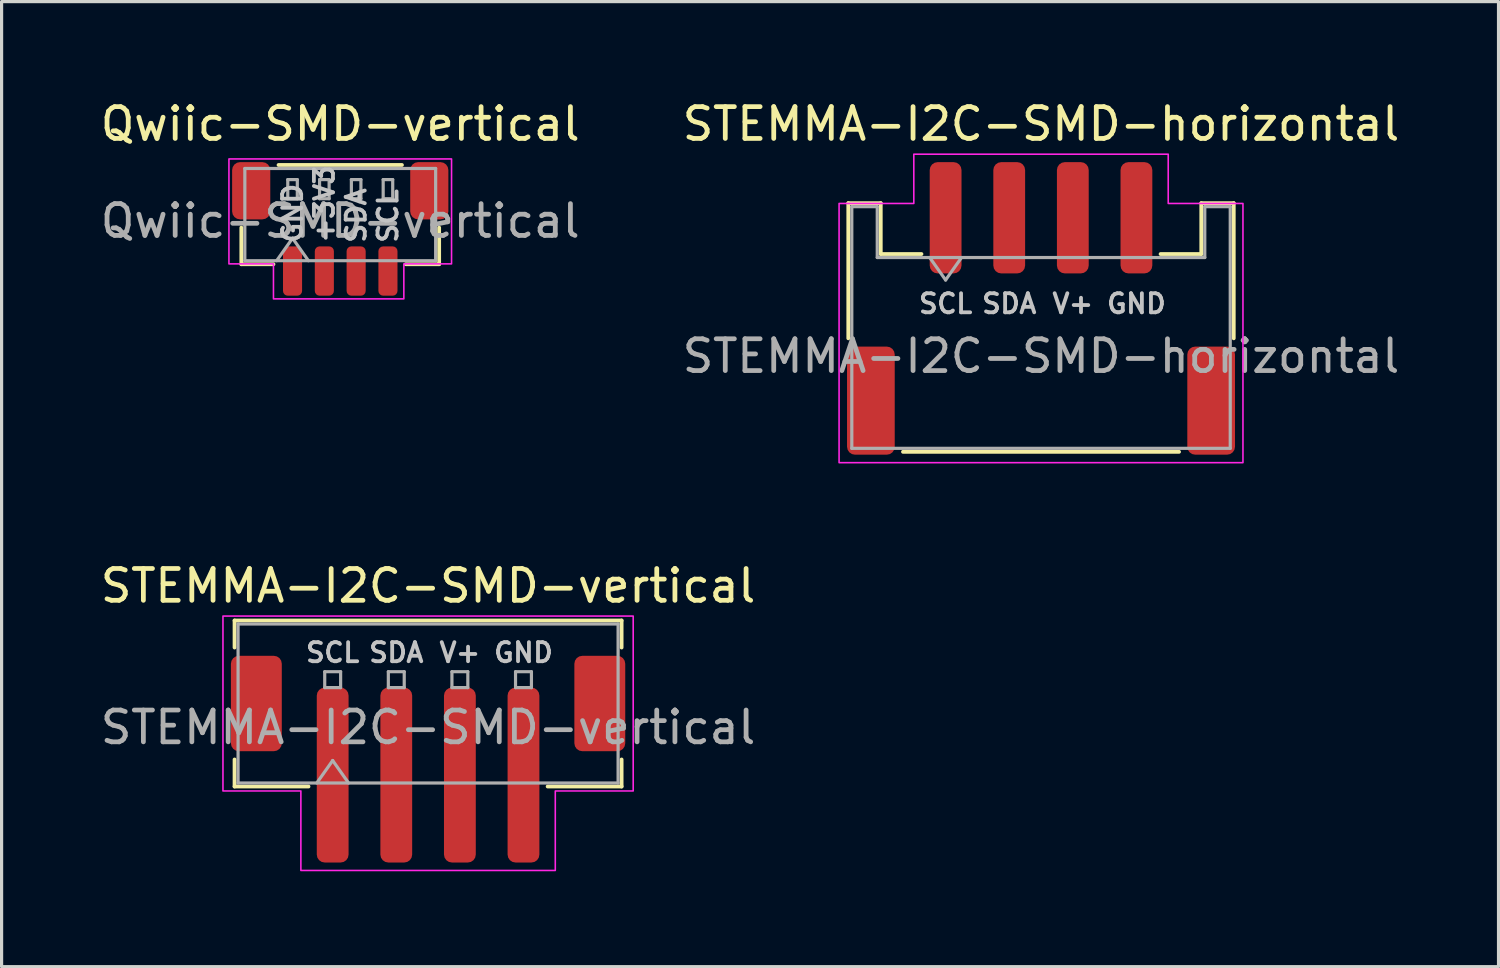
<source format=kicad_pcb>
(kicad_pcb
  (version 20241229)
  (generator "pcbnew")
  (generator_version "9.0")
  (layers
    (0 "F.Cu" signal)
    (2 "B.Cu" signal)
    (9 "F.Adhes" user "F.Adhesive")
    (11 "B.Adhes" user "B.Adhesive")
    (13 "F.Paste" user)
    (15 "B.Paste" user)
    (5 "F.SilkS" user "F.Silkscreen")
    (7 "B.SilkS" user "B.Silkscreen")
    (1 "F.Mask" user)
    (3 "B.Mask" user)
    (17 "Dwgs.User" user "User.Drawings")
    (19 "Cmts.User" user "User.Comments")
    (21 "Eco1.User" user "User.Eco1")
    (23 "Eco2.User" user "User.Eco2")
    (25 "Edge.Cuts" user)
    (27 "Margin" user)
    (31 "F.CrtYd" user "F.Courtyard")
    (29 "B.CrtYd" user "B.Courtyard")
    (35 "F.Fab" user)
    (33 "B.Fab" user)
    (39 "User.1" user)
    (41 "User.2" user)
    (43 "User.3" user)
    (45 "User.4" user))
  (footprint "Qwiic-SMD-vertical"
    (layer "F.Cu")
    (at 7.649 4.148)
    (property "Reference" "Qwiic-SMD-vertical" (at 0 -3.3 0) (layer "F.SilkS") (effects (font (size 1 1) (thickness 0.15))))
    (attr smd)
    (fp_line (start -3.11 -0.04) (end -3.11 1.11) (stroke (width 0.12) (type solid)) (layer "F.SilkS"))
    (fp_line (start -3.11 1.11) (end -2.1 1.11) (stroke (width 0.12) (type solid)) (layer "F.SilkS"))
    (fp_line (start -1.94 -2.01) (end 1.94 -2.01) (stroke (width 0.12) (type solid)) (layer "F.SilkS"))
    (fp_line (start 3.11 -0.04) (end 3.11 1.11) (stroke (width 0.12) (type solid)) (layer "F.SilkS"))
    (fp_line (start 3.11 1.11) (end 2.06 1.11) (stroke (width 0.12) (type solid)) (layer "F.SilkS"))
    (fp_poly (pts (xy -3.5 -2.2) (xy 3.5 -2.2) (xy 3.5 1.1) (xy 2 1.1) (xy 2 2.2) (xy -2.1 2.2) (xy -2.1 1.1) (xy -3.5 1.1)) (stroke (width 0.05) (type solid)) (fill no) (layer "F.CrtYd"))
    (fp_line (start -3 -1.9) (end 3 -1.9) (stroke (width 0.1) (type solid)) (layer "F.Fab"))
    (fp_line (start -3 1) (end -3 -1.9) (stroke (width 0.1) (type solid)) (layer "F.Fab"))
    (fp_line (start -3 1) (end 3 1) (stroke (width 0.1) (type solid)) (layer "F.Fab"))
    (fp_line (start -2 1) (end -1.5 0.293) (stroke (width 0.1) (type solid)) (layer "F.Fab"))
    (fp_line (start -1.65 -1.55) (end -1.65 -0.95) (stroke (width 0.1) (type solid)) (layer "F.Fab"))
    (fp_line (start -1.65 -0.95) (end -1.35 -0.95) (stroke (width 0.1) (type solid)) (layer "F.Fab"))
    (fp_line (start -1.5 0.293) (end -1 1) (stroke (width 0.1) (type solid)) (layer "F.Fab"))
    (fp_line (start -1.35 -1.55) (end -1.65 -1.55) (stroke (width 0.1) (type solid)) (layer "F.Fab"))
    (fp_line (start -1.35 -0.95) (end -1.35 -1.55) (stroke (width 0.1) (type solid)) (layer "F.Fab"))
    (fp_line (start -0.65 -1.55) (end -0.65 -0.95) (stroke (width 0.1) (type solid)) (layer "F.Fab"))
    (fp_line (start -0.65 -0.95) (end -0.35 -0.95) (stroke (width 0.1) (type solid)) (layer "F.Fab"))
    (fp_line (start -0.35 -1.55) (end -0.65 -1.55) (stroke (width 0.1) (type solid)) (layer "F.Fab"))
    (fp_line (start -0.35 -0.95) (end -0.35 -1.55) (stroke (width 0.1) (type solid)) (layer "F.Fab"))
    (fp_line (start 0.35 -1.55) (end 0.35 -0.95) (stroke (width 0.1) (type solid)) (layer "F.Fab"))
    (fp_line (start 0.35 -0.95) (end 0.65 -0.95) (stroke (width 0.1) (type solid)) (layer "F.Fab"))
    (fp_line (start 0.65 -1.55) (end 0.35 -1.55) (stroke (width 0.1) (type solid)) (layer "F.Fab"))
    (fp_line (start 0.65 -0.95) (end 0.65 -1.55) (stroke (width 0.1) (type solid)) (layer "F.Fab"))
    (fp_line (start 1.35 -1.55) (end 1.35 -0.95) (stroke (width 0.1) (type solid)) (layer "F.Fab"))
    (fp_line (start 1.35 -0.95) (end 1.65 -0.95) (stroke (width 0.1) (type solid)) (layer "F.Fab"))
    (fp_line (start 1.65 -1.55) (end 1.35 -1.55) (stroke (width 0.1) (type solid)) (layer "F.Fab"))
    (fp_line (start 1.65 -0.95) (end 1.65 -1.55) (stroke (width 0.1) (type solid)) (layer "F.Fab"))
    (fp_line (start 3 1) (end 3 -1.9) (stroke (width 0.1) (type solid)) (layer "F.Fab"))
    (fp_text user "SDA" (at 0.5 0.5 90) (unlocked yes) (layer "Dwgs.User") (effects (font (size 0.6 0.6) (thickness 0.12) (bold yes)) (justify left)))
    (fp_text user "SCL" (at 1.5 0.5 90) (unlocked yes) (layer "Dwgs.User") (effects (font (size 0.6 0.6) (thickness 0.12) (bold yes)) (justify left)))
    (fp_text user "GND" (at -1.5 0.5 90) (unlocked yes) (layer "Dwgs.User") (effects (font (size 0.6 0.6) (thickness 0.12) (bold yes)) (justify left)))
    (fp_text user "+3V3" (at -0.5 0.5 90) (unlocked yes) (layer "Dwgs.User") (effects (font (size 0.6 0.6) (thickness 0.12) (bold yes)) (justify left)))
    (fp_text user "${REFERENCE}" (at 0 -0.25 0) (layer "F.Fab") (effects (font (size 1 1) (thickness 0.15))))
    (pad "1" smd roundrect (at -1.5 1.325) (size 0.6 1.55) (layers "F.Cu" "F.Mask" "F.Paste") (roundrect_rratio 0.25))
    (pad "2" smd roundrect (at -0.5 1.325) (size 0.6 1.55) (layers "F.Cu" "F.Mask" "F.Paste") (roundrect_rratio 0.25))
    (pad "3" smd roundrect (at 0.5 1.325) (size 0.6 1.55) (layers "F.Cu" "F.Mask" "F.Paste") (roundrect_rratio 0.25))
    (pad "4" smd roundrect (at 1.5 1.325) (size 0.6 1.55) (layers "F.Cu" "F.Mask" "F.Paste") (roundrect_rratio 0.25))
    (pad "MP" smd roundrect (at -2.8 -1.2) (size 1.2 1.8) (layers "F.Cu" "F.Mask" "F.Paste") (roundrect_rratio 0.208))
    (pad "MP" smd roundrect (at 2.8 -1.2) (size 1.2 1.8) (layers "F.Cu" "F.Mask" "F.Paste") (roundrect_rratio 0.208)))
  (footprint "STEMMA-I2C-SMD-horizontal"
    (layer "F.Cu")
    (at 29.685 6.648)
    (property "Reference" "STEMMA-I2C-SMD-horizontal" (at 0 -5.8 0) (layer "F.SilkS") (effects (font (size 1 1) (thickness 0.15))))
    (attr smd)
    (fp_line (start -6.06 -3.31) (end -5.04 -3.31) (stroke (width 0.12) (type solid)) (layer "F.SilkS"))
    (fp_line (start -6.06 0.94) (end -6.06 -3.31) (stroke (width 0.12) (type solid)) (layer "F.SilkS"))
    (fp_line (start -5.04 -3.31) (end -5.04 -1.71) (stroke (width 0.12) (type solid)) (layer "F.SilkS"))
    (fp_line (start -5.04 -1.71) (end -3.76 -1.71) (stroke (width 0.12) (type solid)) (layer "F.SilkS"))
    (fp_line (start -4.34 4.51) (end 4.34 4.51) (stroke (width 0.12) (type solid)) (layer "F.SilkS"))
    (fp_line (start 5.04 -3.31) (end 5.04 -1.71) (stroke (width 0.12) (type solid)) (layer "F.SilkS"))
    (fp_line (start 5.04 -1.71) (end 3.76 -1.71) (stroke (width 0.12) (type solid)) (layer "F.SilkS"))
    (fp_line (start 6.06 -3.31) (end 5.04 -3.31) (stroke (width 0.12) (type solid)) (layer "F.SilkS"))
    (fp_line (start 6.06 0.94) (end 6.06 -3.31) (stroke (width 0.12) (type solid)) (layer "F.SilkS"))
    (fp_poly (pts (xy -4 -4.85) (xy 4 -4.85) (xy 4 -3.3) (xy 6.35 -3.3) (xy 6.35 4.85) (xy -6.35 4.85) (xy -6.35 -3.3) (xy -4 -3.3)) (stroke (width 0.05) (type solid)) (fill no) (layer "F.CrtYd"))
    (fp_line (start -5.95 -3.2) (end -5.95 4.4) (stroke (width 0.1) (type solid)) (layer "F.Fab"))
    (fp_line (start -5.95 -3.2) (end -5.15 -3.2) (stroke (width 0.1) (type solid)) (layer "F.Fab"))
    (fp_line (start -5.95 4.4) (end 5.95 4.4) (stroke (width 0.1) (type solid)) (layer "F.Fab"))
    (fp_line (start -5.15 -3.2) (end -5.15 -1.6) (stroke (width 0.1) (type solid)) (layer "F.Fab"))
    (fp_line (start -5.15 -1.6) (end 5.15 -1.6) (stroke (width 0.1) (type solid)) (layer "F.Fab"))
    (fp_line (start -3.5 -1.6) (end -3 -0.893) (stroke (width 0.1) (type solid)) (layer "F.Fab"))
    (fp_line (start -3 -0.893) (end -2.5 -1.6) (stroke (width 0.1) (type solid)) (layer "F.Fab"))
    (fp_line (start 5.15 -3.2) (end 5.95 -3.2) (stroke (width 0.1) (type solid)) (layer "F.Fab"))
    (fp_line (start 5.15 -1.6) (end 5.15 -3.2) (stroke (width 0.1) (type solid)) (layer "F.Fab"))
    (fp_line (start 5.95 -3.2) (end 5.95 4.4) (stroke (width 0.1) (type solid)) (layer "F.Fab"))
    (fp_text user "GND" (at 3 -0.5 0) (unlocked yes) (layer "Dwgs.User") (effects (font (size 0.6 0.6) (thickness 0.12) (bold yes)) (justify top)))
    (fp_text user "SCL" (at -3 -0.5 0) (unlocked yes) (layer "Dwgs.User") (effects (font (size 0.6 0.6) (thickness 0.12) (bold yes)) (justify top)))
    (fp_text user "SDA" (at -1 -0.5 0) (unlocked yes) (layer "Dwgs.User") (effects (font (size 0.6 0.6) (thickness 0.12) (bold yes)) (justify top)))
    (fp_text user "V+" (at 1 -0.5 0) (unlocked yes) (layer "Dwgs.User") (effects (font (size 0.6 0.6) (thickness 0.12) (bold yes)) (justify top)))
    (fp_text user "${REFERENCE}" (at 0 1.5 0) (layer "F.Fab") (effects (font (size 1 1) (thickness 0.15))))
    (pad "1" smd roundrect (at -3 -2.85) (size 1 3.5) (layers "F.Cu" "F.Mask" "F.Paste") (roundrect_rratio 0.25))
    (pad "2" smd roundrect (at -1 -2.85) (size 1 3.5) (layers "F.Cu" "F.Mask" "F.Paste") (roundrect_rratio 0.25))
    (pad "3" smd roundrect (at 1 -2.85) (size 1 3.5) (layers "F.Cu" "F.Mask" "F.Paste") (roundrect_rratio 0.25))
    (pad "4" smd roundrect (at 3 -2.85) (size 1 3.5) (layers "F.Cu" "F.Mask" "F.Paste") (roundrect_rratio 0.25))
    (pad "MP" smd roundrect (at -5.35 2.9) (size 1.5 3.4) (layers "F.Cu" "F.Mask" "F.Paste") (roundrect_rratio 0.167))
    (pad "MP" smd roundrect (at 5.35 2.9) (size 1.5 3.4) (layers "F.Cu" "F.Mask" "F.Paste") (roundrect_rratio 0.167)))
  (footprint "STEMMA-I2C-SMD-vertical"
    (layer "F.Cu")
    (at 10.411 20.822)
    (property "Reference" "STEMMA-I2C-SMD-vertical" (at 0 -5.45 0) (layer "F.SilkS") (effects (font (size 1 1) (thickness 0.15))))
    (attr smd)
    (fp_line (start -6.085 -4.36) (end 6.085 -4.36) (stroke (width 0.12) (type solid)) (layer "F.SilkS"))
    (fp_line (start -6.085 -3.51) (end -6.085 -4.36) (stroke (width 0.12) (type solid)) (layer "F.SilkS"))
    (fp_line (start -6.085 0.01) (end -6.085 0.86) (stroke (width 0.12) (type solid)) (layer "F.SilkS"))
    (fp_line (start -6.085 0.86) (end -3.76 0.86) (stroke (width 0.12) (type solid)) (layer "F.SilkS"))
    (fp_line (start 6.085 -4.36) (end 6.085 -3.51) (stroke (width 0.12) (type solid)) (layer "F.SilkS"))
    (fp_line (start 6.085 0.01) (end 6.085 0.86) (stroke (width 0.12) (type solid)) (layer "F.SilkS"))
    (fp_line (start 6.085 0.86) (end 3.76 0.86) (stroke (width 0.12) (type solid)) (layer "F.SilkS"))
    (fp_poly (pts (xy 6.45 -4.5) (xy 6.45 1) (xy 4 1) (xy 4 3.5) (xy -4 3.5) (xy -4 1) (xy -6.45 1) (xy -6.45 -4.5)) (stroke (width 0.05) (type solid)) (fill no) (layer "F.CrtYd"))
    (fp_line (start -5.975 -4.25) (end 5.975 -4.25) (stroke (width 0.1) (type solid)) (layer "F.Fab"))
    (fp_line (start -5.975 0.75) (end -5.975 -4.25) (stroke (width 0.1) (type solid)) (layer "F.Fab"))
    (fp_line (start -5.975 0.75) (end 5.975 0.75) (stroke (width 0.1) (type solid)) (layer "F.Fab"))
    (fp_line (start -3.5 0.75) (end -3 0.043) (stroke (width 0.1) (type solid)) (layer "F.Fab"))
    (fp_line (start -3.25 -2.75) (end -3.25 -2.25) (stroke (width 0.1) (type solid)) (layer "F.Fab"))
    (fp_line (start -3.25 -2.25) (end -2.75 -2.25) (stroke (width 0.1) (type solid)) (layer "F.Fab"))
    (fp_line (start -3 0.043) (end -2.5 0.75) (stroke (width 0.1) (type solid)) (layer "F.Fab"))
    (fp_line (start -2.75 -2.75) (end -3.25 -2.75) (stroke (width 0.1) (type solid)) (layer "F.Fab"))
    (fp_line (start -2.75 -2.25) (end -2.75 -2.75) (stroke (width 0.1) (type solid)) (layer "F.Fab"))
    (fp_line (start -1.25 -2.75) (end -1.25 -2.25) (stroke (width 0.1) (type solid)) (layer "F.Fab"))
    (fp_line (start -1.25 -2.25) (end -0.75 -2.25) (stroke (width 0.1) (type solid)) (layer "F.Fab"))
    (fp_line (start -0.75 -2.75) (end -1.25 -2.75) (stroke (width 0.1) (type solid)) (layer "F.Fab"))
    (fp_line (start -0.75 -2.25) (end -0.75 -2.75) (stroke (width 0.1) (type solid)) (layer "F.Fab"))
    (fp_line (start 0.75 -2.75) (end 0.75 -2.25) (stroke (width 0.1) (type solid)) (layer "F.Fab"))
    (fp_line (start 0.75 -2.25) (end 1.25 -2.25) (stroke (width 0.1) (type solid)) (layer "F.Fab"))
    (fp_line (start 1.25 -2.75) (end 0.75 -2.75) (stroke (width 0.1) (type solid)) (layer "F.Fab"))
    (fp_line (start 1.25 -2.25) (end 1.25 -2.75) (stroke (width 0.1) (type solid)) (layer "F.Fab"))
    (fp_line (start 2.75 -2.75) (end 2.75 -2.25) (stroke (width 0.1) (type solid)) (layer "F.Fab"))
    (fp_line (start 2.75 -2.25) (end 3.25 -2.25) (stroke (width 0.1) (type solid)) (layer "F.Fab"))
    (fp_line (start 3.25 -2.75) (end 2.75 -2.75) (stroke (width 0.1) (type solid)) (layer "F.Fab"))
    (fp_line (start 3.25 -2.25) (end 3.25 -2.75) (stroke (width 0.1) (type solid)) (layer "F.Fab"))
    (fp_line (start 5.975 0.75) (end 5.975 -4.25) (stroke (width 0.1) (type solid)) (layer "F.Fab"))
    (fp_text user "V+" (at 1 -3 0) (unlocked yes) (layer "Dwgs.User") (effects (font (size 0.6 0.6) (thickness 0.12) (bold yes)) (justify bottom)))
    (fp_text user "GND" (at 3 -3 0) (unlocked yes) (layer "Dwgs.User") (effects (font (size 0.6 0.6) (thickness 0.12) (bold yes)) (justify bottom)))
    (fp_text user "SCL" (at -3 -3 0) (unlocked yes) (layer "Dwgs.User") (effects (font (size 0.6 0.6) (thickness 0.12) (bold yes)) (justify bottom)))
    (fp_text user "SDA" (at -1 -3 0) (unlocked yes) (layer "Dwgs.User") (effects (font (size 0.6 0.6) (thickness 0.12) (bold yes)) (justify bottom)))
    (fp_text user "${REFERENCE}" (at 0 -1 0) (layer "F.Fab") (effects (font (size 1 1) (thickness 0.15))))
    (pad "1" smd roundrect (at -3 0.5) (size 1 5.5) (layers "F.Cu" "F.Mask" "F.Paste") (roundrect_rratio 0.25))
    (pad "2" smd roundrect (at -1 0.5) (size 1 5.5) (layers "F.Cu" "F.Mask" "F.Paste") (roundrect_rratio 0.25))
    (pad "3" smd roundrect (at 1 0.5) (size 1 5.5) (layers "F.Cu" "F.Mask" "F.Paste") (roundrect_rratio 0.25))
    (pad "4" smd roundrect (at 3 0.5) (size 1 5.5) (layers "F.Cu" "F.Mask" "F.Paste") (roundrect_rratio 0.25))
    (pad "MP" smd roundrect (at -5.4 -1.75) (size 1.6 3) (layers "F.Cu" "F.Mask" "F.Paste") (roundrect_rratio 0.156))
    (pad "MP" smd roundrect (at 5.4 -1.75) (size 1.6 3) (layers "F.Cu" "F.Mask" "F.Paste") (roundrect_rratio 0.156)))
  (gr_rect
    (start -3 -3)
    (end 44.071 27.346)
    (stroke (width 0.1) (type default))
    (fill no)
    (layer "Edge.Cuts")))
</source>
